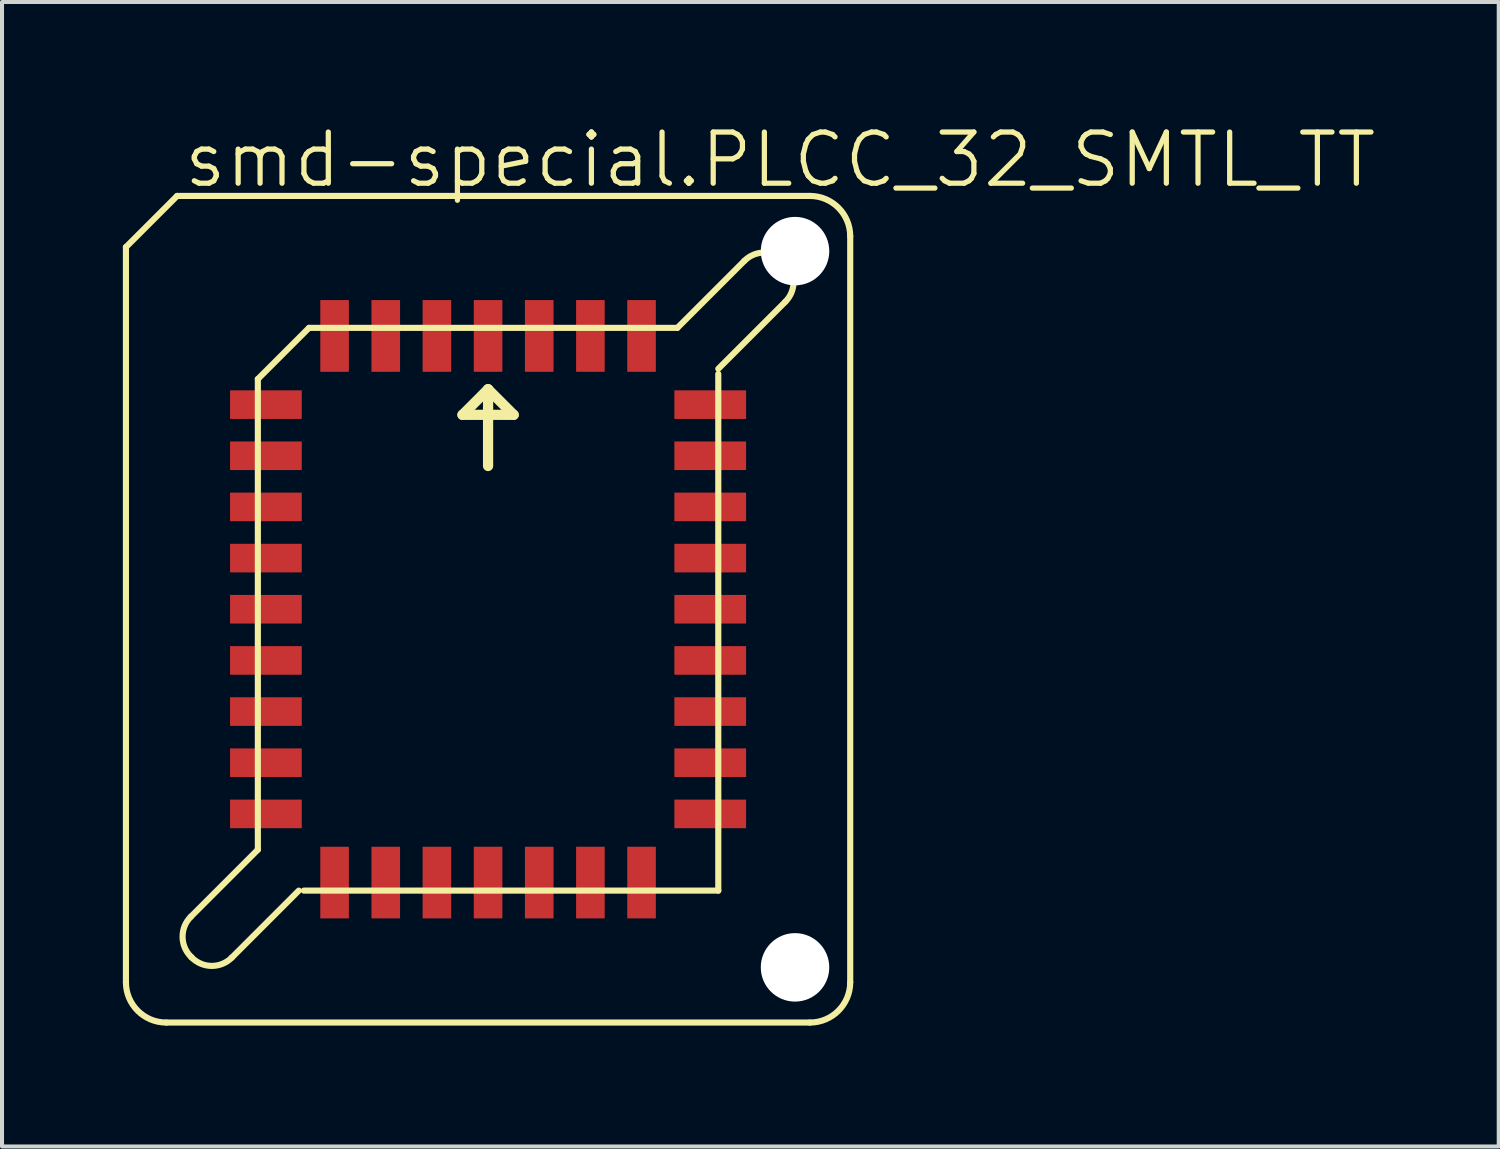
<source format=kicad_pcb>
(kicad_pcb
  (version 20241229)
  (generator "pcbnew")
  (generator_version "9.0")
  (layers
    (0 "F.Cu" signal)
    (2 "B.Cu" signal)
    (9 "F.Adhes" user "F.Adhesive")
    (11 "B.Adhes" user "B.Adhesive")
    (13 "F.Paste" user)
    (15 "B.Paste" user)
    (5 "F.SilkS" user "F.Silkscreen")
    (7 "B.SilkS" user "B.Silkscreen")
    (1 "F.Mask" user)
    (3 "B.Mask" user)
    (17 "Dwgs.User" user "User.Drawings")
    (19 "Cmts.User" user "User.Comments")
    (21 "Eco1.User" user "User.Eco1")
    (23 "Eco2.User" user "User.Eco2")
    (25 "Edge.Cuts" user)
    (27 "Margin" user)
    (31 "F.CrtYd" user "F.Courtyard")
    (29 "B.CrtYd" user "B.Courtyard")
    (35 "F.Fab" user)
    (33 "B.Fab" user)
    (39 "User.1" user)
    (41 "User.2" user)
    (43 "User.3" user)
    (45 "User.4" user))
  (footprint "smd-special.PLCC_32_SMTL_TT"
    (layer "F.Cu")
    (at 9.066 12.074)
    (property "Reference" "smd-special.PLCC_32_SMTL_TT" (at -7.62 -10.414 0) (layer "F.SilkS") (effects (font (size 1.27 1.27) (thickness 0.13)) (justify left bottom)))
    (attr smd)
    (fp_line (start -8.99 -8.99) (end -8.99 9.26) (stroke (width 0.152) (type default)) (layer "F.SilkS"))
    (fp_line (start -7.99 10.26) (end 7.99 10.26) (stroke (width 0.152) (type default)) (layer "F.SilkS"))
    (fp_line (start -7.72 -10.26) (end -8.99 -8.99) (stroke (width 0.152) (type default)) (layer "F.SilkS"))
    (fp_line (start -7.379 7.633) (end -5.715 5.969) (stroke (width 0.152) (type default)) (layer "F.SilkS"))
    (fp_line (start -7.353 8.649) (end -7.379 8.623) (stroke (width 0.152) (type default)) (layer "F.SilkS"))
    (fp_line (start -5.715 -5.715) (end -4.445 -6.985) (stroke (width 0.152) (type default)) (layer "F.SilkS"))
    (fp_line (start -5.715 5.969) (end -5.715 -5.715) (stroke (width 0.152) (type default)) (layer "F.SilkS"))
    (fp_line (start -4.699 6.985) (end -6.363 8.649) (stroke (width 0.152) (type default)) (layer "F.SilkS"))
    (fp_line (start -4.572 6.985) (end 5.715 6.985) (stroke (width 0.152) (type default)) (layer "F.SilkS"))
    (fp_line (start -0.635 -4.826) (end 0 -5.461) (stroke (width 0.254) (type default)) (layer "F.SilkS"))
    (fp_line (start 0 -5.461) (end 0 -3.556) (stroke (width 0.254) (type default)) (layer "F.SilkS"))
    (fp_line (start 0 -5.461) (end 0.635 -4.826) (stroke (width 0.254) (type default)) (layer "F.SilkS"))
    (fp_line (start 0.635 -4.826) (end -0.635 -4.826) (stroke (width 0.254) (type default)) (layer "F.SilkS"))
    (fp_line (start 4.699 -6.985) (end -4.445 -6.985) (stroke (width 0.152) (type default)) (layer "F.SilkS"))
    (fp_line (start 5.715 -5.969) (end 7.379 -7.633) (stroke (width 0.152) (type default)) (layer "F.SilkS"))
    (fp_line (start 5.715 -5.842) (end 5.715 6.985) (stroke (width 0.152) (type default)) (layer "F.SilkS"))
    (fp_line (start 6.363 -8.649) (end 4.699 -6.985) (stroke (width 0.152) (type default)) (layer "F.SilkS"))
    (fp_line (start 7.379 -8.623) (end 7.353 -8.649) (stroke (width 0.152) (type default)) (layer "F.SilkS"))
    (fp_line (start 7.99 -10.26) (end -7.72 -10.26) (stroke (width 0.152) (type default)) (layer "F.SilkS"))
    (fp_line (start 8.99 9.26) (end 8.99 -9.26) (stroke (width 0.152) (type default)) (layer "F.SilkS"))
    (fp_arc (start -7.99 10.26) (mid -8.697107 9.967107) (end -8.99 9.26) (stroke (width 0.1524) (type default)) (layer "F.SilkS"))
    (fp_arc (start -7.379 8.623) (mid -7.584036 8.128) (end -7.379 7.633) (stroke (width 0.1524) (type default)) (layer "F.SilkS"))
    (fp_arc (start -6.363 8.649) (mid -6.858 8.854036) (end -7.353 8.649) (stroke (width 0.1524) (type default)) (layer "F.SilkS"))
    (fp_arc (start 6.363 -8.649) (mid 6.858 -8.854036) (end 7.353 -8.649) (stroke (width 0.1524) (type default)) (layer "F.SilkS"))
    (fp_arc (start 7.379 -8.623) (mid 7.584036 -8.128) (end 7.379 -7.633) (stroke (width 0.1524) (type default)) (layer "F.SilkS"))
    (fp_arc (start 7.99 -10.26) (mid 8.697107 -9.967107) (end 8.99 -9.26) (stroke (width 0.1524) (type default)) (layer "F.SilkS"))
    (fp_arc (start 8.99 9.26) (mid 8.697107 9.967107) (end 7.99 10.26) (stroke (width 0.1524) (type default)) (layer "F.SilkS"))
    (pad "" np_thru_hole circle (at 7.62 -8.89) (size 1.7 1.7) (drill 1.7) (layers "*.Cu" "*.Mask"))
    (pad "" np_thru_hole circle (at 7.62 8.89) (size 1.7 1.7) (drill 1.7) (layers "*.Cu" "*.Mask"))
    (pad "1" smd roundrect (at 0 -6.785) (size 0.71 1.78) (layers "F.Cu" "F.Mask" "F.Paste") (roundrect_rratio 0.01))
    (pad "2" smd roundrect (at -1.27 -6.785) (size 0.71 1.78) (layers "F.Cu" "F.Mask" "F.Paste") (roundrect_rratio 0.01))
    (pad "3" smd roundrect (at -2.54 -6.785) (size 0.71 1.78) (layers "F.Cu" "F.Mask" "F.Paste") (roundrect_rratio 0.01))
    (pad "4" smd roundrect (at -3.81 -6.785) (size 0.71 1.78) (layers "F.Cu" "F.Mask" "F.Paste") (roundrect_rratio 0.01))
    (pad "5" smd roundrect (at -5.515 -5.08) (size 1.78 0.71) (layers "F.Cu" "F.Mask" "F.Paste") (roundrect_rratio 0.01))
    (pad "6" smd roundrect (at -5.515 -3.81) (size 1.78 0.71) (layers "F.Cu" "F.Mask" "F.Paste") (roundrect_rratio 0.01))
    (pad "7" smd roundrect (at -5.515 -2.54) (size 1.78 0.71) (layers "F.Cu" "F.Mask" "F.Paste") (roundrect_rratio 0.01))
    (pad "8" smd roundrect (at -5.515 -1.27) (size 1.78 0.71) (layers "F.Cu" "F.Mask" "F.Paste") (roundrect_rratio 0.01))
    (pad "9" smd roundrect (at -5.515 0) (size 1.78 0.71) (layers "F.Cu" "F.Mask" "F.Paste") (roundrect_rratio 0.01))
    (pad "10" smd roundrect (at -5.515 1.27) (size 1.78 0.71) (layers "F.Cu" "F.Mask" "F.Paste") (roundrect_rratio 0.01))
    (pad "11" smd roundrect (at -5.515 2.54) (size 1.78 0.71) (layers "F.Cu" "F.Mask" "F.Paste") (roundrect_rratio 0.01))
    (pad "12" smd roundrect (at -5.515 3.81) (size 1.78 0.71) (layers "F.Cu" "F.Mask" "F.Paste") (roundrect_rratio 0.01))
    (pad "13" smd roundrect (at -5.515 5.08) (size 1.78 0.71) (layers "F.Cu" "F.Mask" "F.Paste") (roundrect_rratio 0.01))
    (pad "14" smd roundrect (at -3.81 6.785) (size 0.71 1.78) (layers "F.Cu" "F.Mask" "F.Paste") (roundrect_rratio 0.01))
    (pad "15" smd roundrect (at -2.54 6.785) (size 0.71 1.78) (layers "F.Cu" "F.Mask" "F.Paste") (roundrect_rratio 0.01))
    (pad "16" smd roundrect (at -1.27 6.785) (size 0.71 1.78) (layers "F.Cu" "F.Mask" "F.Paste") (roundrect_rratio 0.01))
    (pad "17" smd roundrect (at 0 6.785) (size 0.71 1.78) (layers "F.Cu" "F.Mask" "F.Paste") (roundrect_rratio 0.01))
    (pad "18" smd roundrect (at 1.27 6.785) (size 0.71 1.78) (layers "F.Cu" "F.Mask" "F.Paste") (roundrect_rratio 0.01))
    (pad "19" smd roundrect (at 2.54 6.785) (size 0.71 1.78) (layers "F.Cu" "F.Mask" "F.Paste") (roundrect_rratio 0.01))
    (pad "20" smd roundrect (at 3.81 6.785) (size 0.71 1.78) (layers "F.Cu" "F.Mask" "F.Paste") (roundrect_rratio 0.01))
    (pad "21" smd roundrect (at 5.515 5.08) (size 1.78 0.71) (layers "F.Cu" "F.Mask" "F.Paste") (roundrect_rratio 0.01))
    (pad "22" smd roundrect (at 5.515 3.81) (size 1.78 0.71) (layers "F.Cu" "F.Mask" "F.Paste") (roundrect_rratio 0.01))
    (pad "23" smd roundrect (at 5.515 2.54) (size 1.78 0.71) (layers "F.Cu" "F.Mask" "F.Paste") (roundrect_rratio 0.01))
    (pad "24" smd roundrect (at 5.515 1.27) (size 1.78 0.71) (layers "F.Cu" "F.Mask" "F.Paste") (roundrect_rratio 0.01))
    (pad "25" smd roundrect (at 5.515 0) (size 1.78 0.71) (layers "F.Cu" "F.Mask" "F.Paste") (roundrect_rratio 0.01))
    (pad "26" smd roundrect (at 5.515 -1.27) (size 1.78 0.71) (layers "F.Cu" "F.Mask" "F.Paste") (roundrect_rratio 0.01))
    (pad "27" smd roundrect (at 5.515 -2.54) (size 1.78 0.71) (layers "F.Cu" "F.Mask" "F.Paste") (roundrect_rratio 0.01))
    (pad "28" smd roundrect (at 5.515 -3.81) (size 1.78 0.71) (layers "F.Cu" "F.Mask" "F.Paste") (roundrect_rratio 0.01))
    (pad "29" smd roundrect (at 5.515 -5.08) (size 1.78 0.71) (layers "F.Cu" "F.Mask" "F.Paste") (roundrect_rratio 0.01))
    (pad "30" smd roundrect (at 3.81 -6.785) (size 0.71 1.78) (layers "F.Cu" "F.Mask" "F.Paste") (roundrect_rratio 0.01))
    (pad "31" smd roundrect (at 2.54 -6.785) (size 0.71 1.78) (layers "F.Cu" "F.Mask" "F.Paste") (roundrect_rratio 0.01))
    (pad "32" smd roundrect (at 1.27 -6.785) (size 0.71 1.78) (layers "F.Cu" "F.Mask" "F.Paste") (roundrect_rratio 0.01)))
  (gr_rect
    (start -3 -3)
    (end 34.155 25.41)
    (stroke (width 0.1) (type default))
    (fill no)
    (layer "Edge.Cuts")))
</source>
